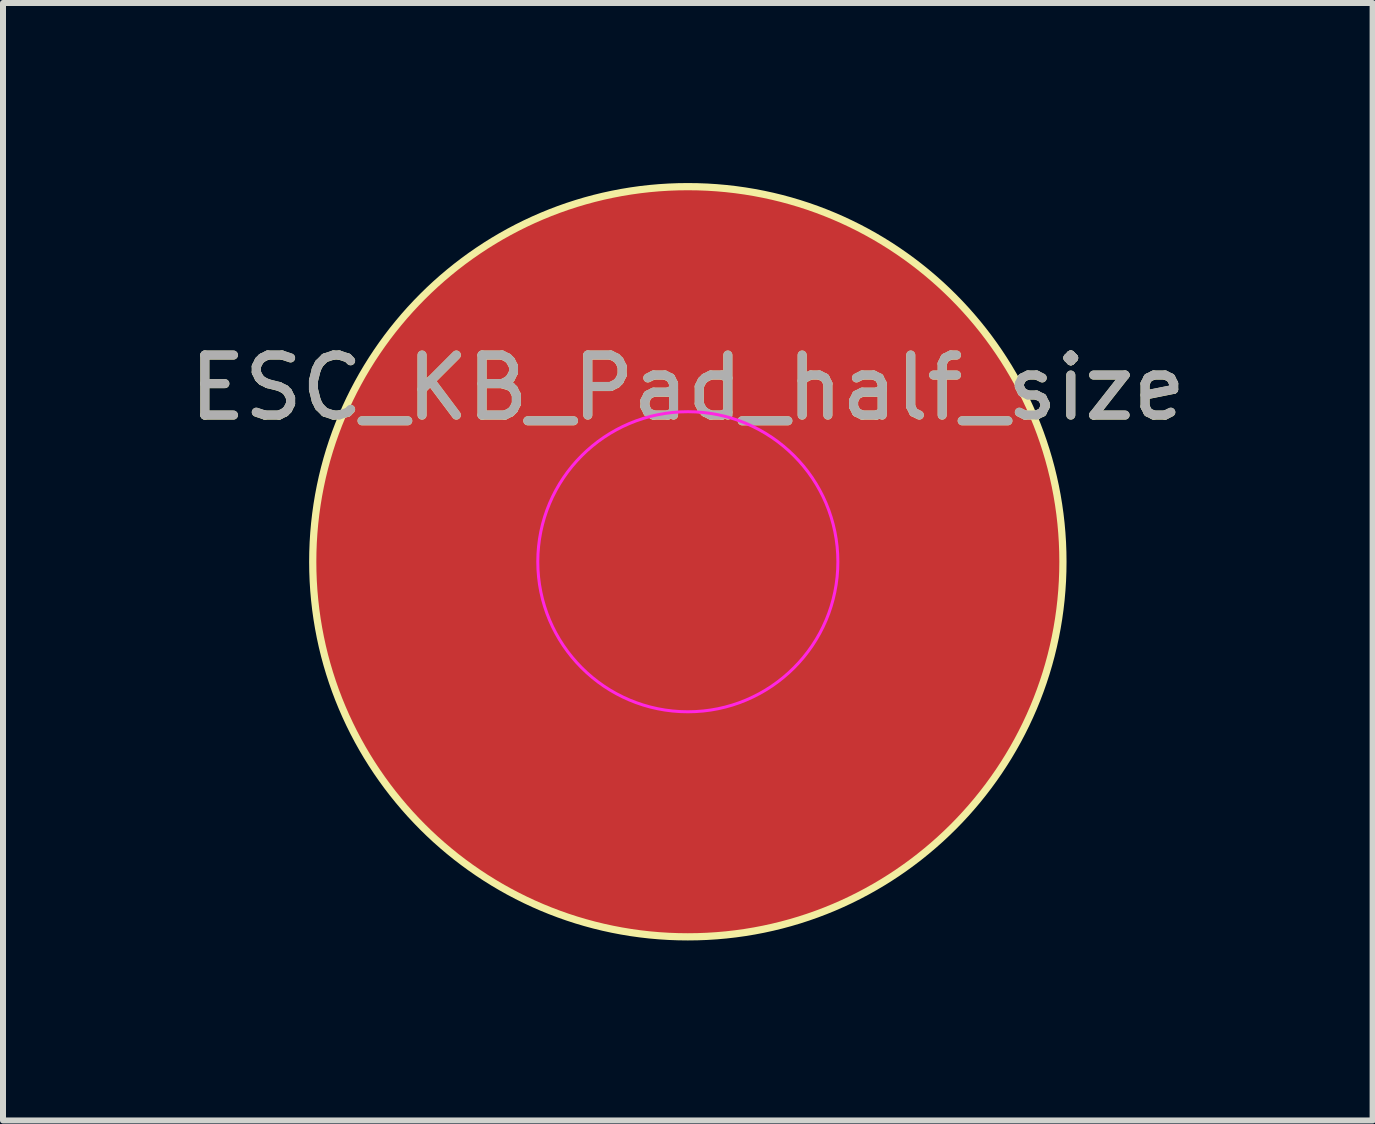
<source format=kicad_pcb>
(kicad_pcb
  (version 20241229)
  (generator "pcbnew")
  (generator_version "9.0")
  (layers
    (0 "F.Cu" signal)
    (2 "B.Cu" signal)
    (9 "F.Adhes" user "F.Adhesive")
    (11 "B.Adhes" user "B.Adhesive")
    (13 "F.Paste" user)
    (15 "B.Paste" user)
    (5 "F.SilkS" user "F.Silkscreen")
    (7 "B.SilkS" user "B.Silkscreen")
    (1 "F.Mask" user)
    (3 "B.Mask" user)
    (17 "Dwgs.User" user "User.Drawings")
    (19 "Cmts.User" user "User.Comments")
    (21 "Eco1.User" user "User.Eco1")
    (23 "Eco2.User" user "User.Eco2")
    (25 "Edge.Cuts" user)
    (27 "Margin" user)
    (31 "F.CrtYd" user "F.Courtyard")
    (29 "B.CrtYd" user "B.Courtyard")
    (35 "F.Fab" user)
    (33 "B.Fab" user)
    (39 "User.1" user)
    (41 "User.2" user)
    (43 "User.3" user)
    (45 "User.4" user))
  (footprint "ESC_KB_Pad_half_size"
    (layer "F.Cu")
    (at 8.411 6.31)
    (property "Reference" "ESC_KB_Pad_half_size" (at 0 -2.898 0) (layer "F.SilkS") (effects (font (size 1 1) (thickness 0.15))))
    (attr exclude_from_pos_files exclude_from_bom)
    (fp_circle (center 0 0) (end 6.25 0) (stroke (width 0.12) (type solid)) (fill no) (layer "F.SilkS"))
    (fp_circle (center 0 0) (end 2.5 0) (stroke (width 0.05) (type solid)) (fill no) (layer "F.CrtYd"))
    (fp_text user "${REFERENCE}" (at 0 -2.9 0) (layer "F.Fab") (effects (font (size 1 1) (thickness 0.15))))
    (pad "1" smd circle (at 0 0) (size 12.5 12.5) (layers "F.Cu" "F.Mask")))
  (gr_rect
    (start -3 -3)
    (end 19.821 15.62)
    (stroke (width 0.1) (type default))
    (fill no)
    (layer "Edge.Cuts")))
</source>
